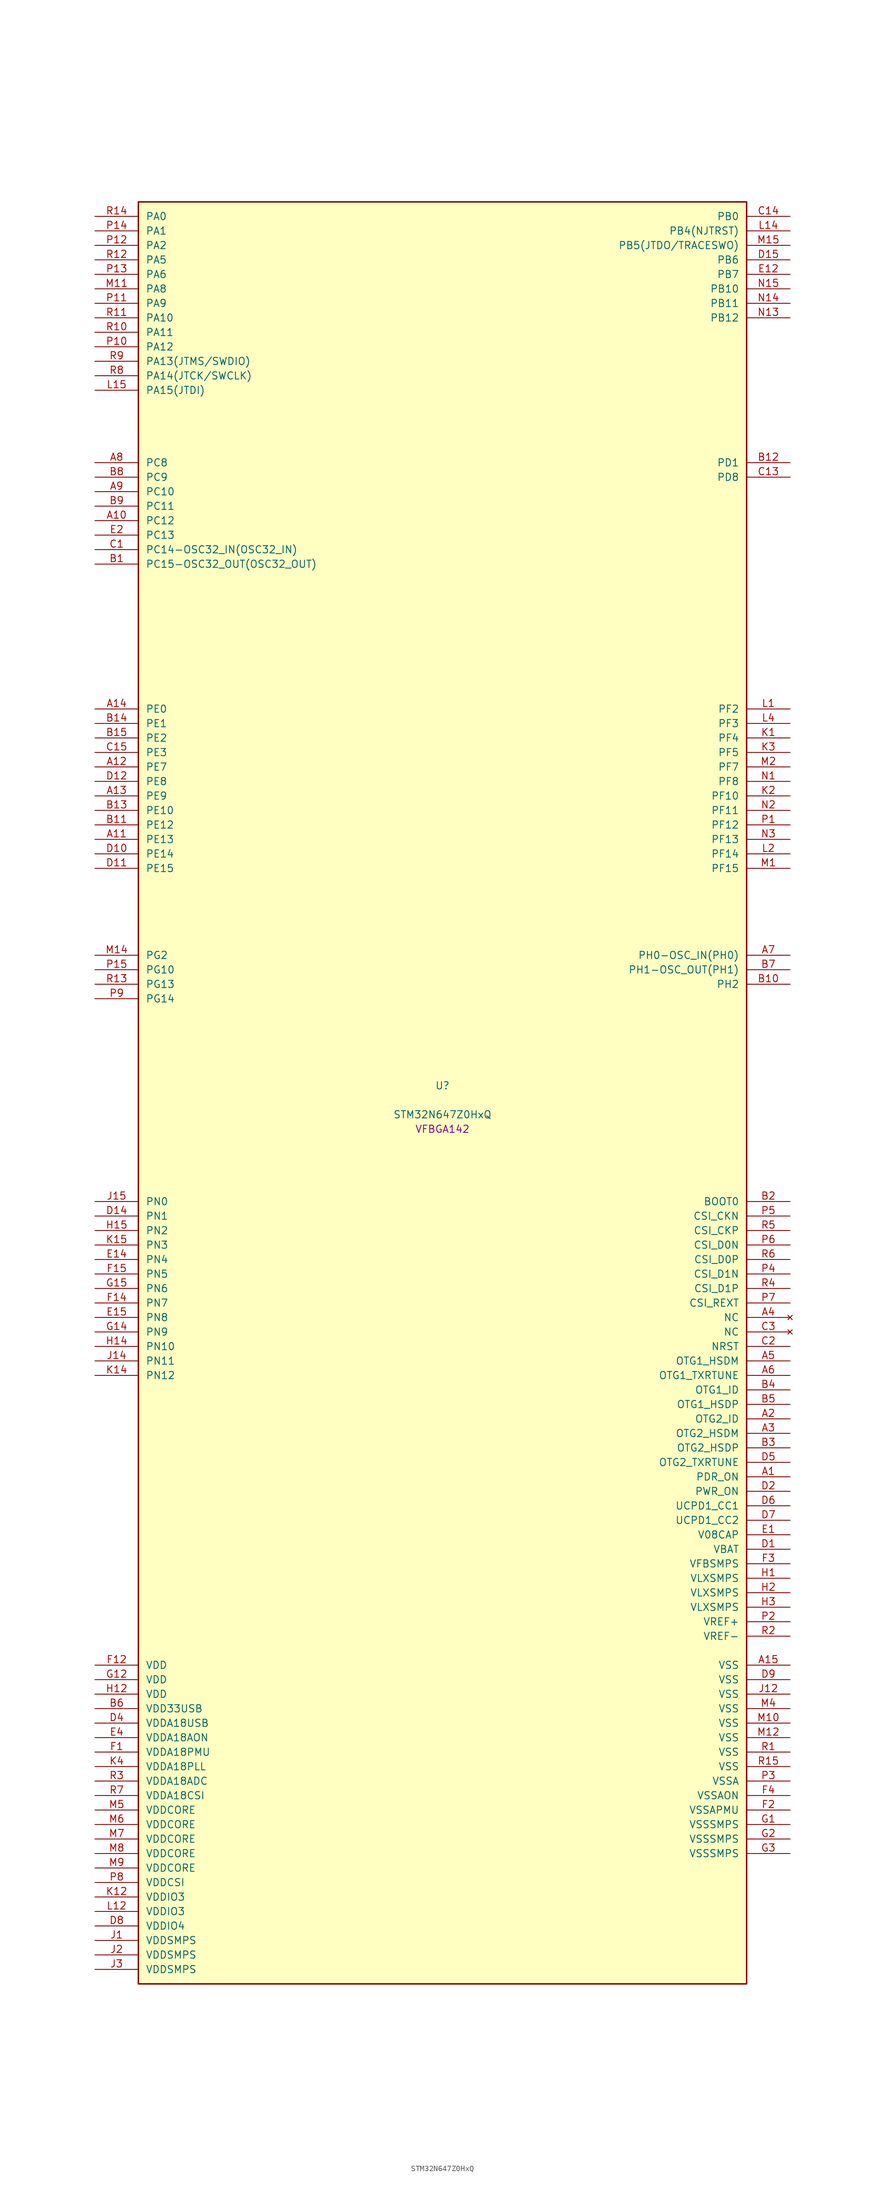
<source format=kicad_sym>
(kicad_symbol_lib
  (version 20241209)
  (generator "stm32_pkl_generator")
  (generator_version "1.0")
  (symbol "STM32N647Z0HxQ"
    (pin_names
      (offset 1.27))
    (property "Reference" "U"
      (at 0 2.54 0))
    (property "Value" "STM32N647Z0HxQ"
      (at 0 -2.54 0))
    (property "Footprint" "VFBGA142"
      (at 0 -5.08 0))
    (symbol "STM32N647Z0HxQ_1_1"
      (rectangle (start -53.34 157.48) (end 53.34 -154.94) (stroke (width 0.254) (type solid)) (fill (type background)))
      (pin bidirectional line (at -60.96 154.94 0) (length 7.62) (name "PA0") (number "R14") (alternate "PA0/ADC1_INN1" bidirectional line) (alternate "PA0/ADC1_INP0" bidirectional line) (alternate "PA0/ADC2_INN1" bidirectional line) (alternate "PA0/ADC2_INP0" bidirectional line) (alternate "PA0/HDP_HDP0" bidirectional line) (alternate "PA0/I2S6_WS" bidirectional line) (alternate "PA0/LTDC_G3" bidirectional line) (alternate "PA0/PWR_WKUP1" bidirectional line) (alternate "PA0/SAI2_SD_B" bidirectional line) (alternate "PA0/SPI6_NSS" bidirectional line) (alternate "PA0/TIM15_BKIN" bidirectional line) (alternate "PA0/TIM2_CH1" bidirectional line) (alternate "PA0/TIM9_CH1" bidirectional line) (alternate "PA0/UART4_TX" bidirectional line))
      (pin bidirectional line (at -60.96 152.4 0) (length 7.62) (name "PA1") (number "P14") (alternate "PA1/ADC1_INP1" bidirectional line) (alternate "PA1/ADC2_INP1" bidirectional line) (alternate "PA1/DCMIPP_D0" bidirectional line) (alternate "PA1/DCMI_D0" bidirectional line) (alternate "PA1/HDP_HDP1" bidirectional line) (alternate "PA1/LTDC_G2" bidirectional line) (alternate "PA1/PSSI_D0" bidirectional line) (alternate "PA1/SAI2_MCLK_B" bidirectional line) (alternate "PA1/TIM15_CH1N" bidirectional line) (alternate "PA1/TIM2_CH2" bidirectional line) (alternate "PA1/UART4_RX" bidirectional line))
      (pin bidirectional line (at -60.96 149.86 0) (length 7.62) (name "PA2") (number "P12") (alternate "PA2/ADC1_INP14" bidirectional line) (alternate "PA2/ADC2_INP14" bidirectional line) (alternate "PA2/HDP_HDP2" bidirectional line) (alternate "PA2/LTDC_B7" bidirectional line) (alternate "PA2/MDIOS_MDIO" bidirectional line) (alternate "PA2/PWR_WKUP2" bidirectional line) (alternate "PA2/SAI2_SCK_B" bidirectional line) (alternate "PA2/TIM15_CH1" bidirectional line) (alternate "PA2/TIM2_CH3" bidirectional line))
      (pin bidirectional line (at -60.96 147.32 0) (length 7.62) (name "PA5") (number "R12") (alternate "PA5/ADC2_INP18" bidirectional line) (alternate "PA5/DCMIPP_D8" bidirectional line) (alternate "PA5/DCMI_D8" bidirectional line) (alternate "PA5/HDP_HDP5" bidirectional line) (alternate "PA5/I2S1_CK" bidirectional line) (alternate "PA5/I2S6_CK" bidirectional line) (alternate "PA5/I3C1_SCL" bidirectional line) (alternate "PA5/LTDC_CLK" bidirectional line) (alternate "PA5/PSSI_D8" bidirectional line) (alternate "PA5/PWR_CSTOP" bidirectional line) (alternate "PA5/SPI1_SCK" bidirectional line) (alternate "PA5/SPI6_SCK" bidirectional line) (alternate "PA5/TIM10_CH1" bidirectional line) (alternate "PA5/TIM2_CH1" bidirectional line) (alternate "PA5/TIM2_ETR" bidirectional line) (alternate "PA5/TIM9_CH2" bidirectional line))
      (pin bidirectional line (at -60.96 144.78 0) (length 7.62) (name "PA6") (number "P13") (alternate "PA6/ADC1_INP3" bidirectional line) (alternate "PA6/ADC2_INP3" bidirectional line) (alternate "PA6/BOOT1" bidirectional line) (alternate "PA6/DCMIPP_PIXCLK" bidirectional line) (alternate "PA6/DCMI_PIXCLK" bidirectional line) (alternate "PA6/HDP_HDP6" bidirectional line) (alternate "PA6/I2S1_SDI" bidirectional line) (alternate "PA6/I2S6_SDI" bidirectional line) (alternate "PA6/I3C1_SDA" bidirectional line) (alternate "PA6/LTDC_B7" bidirectional line) (alternate "PA6/LTDC_HSYNC" bidirectional line) (alternate "PA6/MDIOS_MDC" bidirectional line) (alternate "PA6/PSSI_PDCK" bidirectional line) (alternate "PA6/SPI1_MISO" bidirectional line) (alternate "PA6/SPI6_MISO" bidirectional line) (alternate "PA6/TIM13_CH1" bidirectional line) (alternate "PA6/TIM3_CH1" bidirectional line))
      (pin bidirectional line (at -60.96 142.24 0) (length 7.62) (name "PA8") (number "M11") (alternate "PA8/ADC1_INP5" bidirectional line) (alternate "PA8/ADC2_INP5" bidirectional line) (alternate "PA8/HDP_HDP0" bidirectional line) (alternate "PA8/I2C3_SCL" bidirectional line) (alternate "PA8/I3C2_SCL" bidirectional line) (alternate "PA8/LTDC_B6" bidirectional line) (alternate "PA8/RCC_MCO_1" bidirectional line) (alternate "PA8/TIM11_CH1" bidirectional line) (alternate "PA8/UART7_RX" bidirectional line) (alternate "PA8/USART1_CK" bidirectional line))
      (pin bidirectional line (at -60.96 139.7 0) (length 7.62) (name "PA9") (number "P11") (alternate "PA9/ADC1_INP10" bidirectional line) (alternate "PA9/ADC2_INP10" bidirectional line) (alternate "PA9/DCMIPP_D0" bidirectional line) (alternate "PA9/DCMI_D0" bidirectional line) (alternate "PA9/HDP_HDP1" bidirectional line) (alternate "PA9/I2C3_SDA" bidirectional line) (alternate "PA9/I3C2_SDA" bidirectional line) (alternate "PA9/LPUART1_TX" bidirectional line) (alternate "PA9/LTDC_B5" bidirectional line) (alternate "PA9/PSSI_D0" bidirectional line) (alternate "PA9/USART1_TX" bidirectional line))
      (pin bidirectional line (at -60.96 137.16 0) (length 7.62) (name "PA10") (number "R11") (alternate "PA10/ADC1_INN10" bidirectional line) (alternate "PA10/ADC1_INP11" bidirectional line) (alternate "PA10/ADC2_INN10" bidirectional line) (alternate "PA10/ADC2_INP11" bidirectional line) (alternate "PA10/DCMIPP_D1" bidirectional line) (alternate "PA10/DCMI_D1" bidirectional line) (alternate "PA10/HDP_HDP2" bidirectional line) (alternate "PA10/LPUART1_RX" bidirectional line) (alternate "PA10/LTDC_B4" bidirectional line) (alternate "PA10/MDIOS_MDIO" bidirectional line) (alternate "PA10/PSSI_D1" bidirectional line) (alternate "PA10/PWR_CSLEEP" bidirectional line) (alternate "PA10/USART1_RX" bidirectional line))
      (pin bidirectional line (at -60.96 134.62 0) (length 7.62) (name "PA11") (number "R10") (alternate "PA11/ADC1_EXTI11" bidirectional line) (alternate "PA11/ADC1_INN11" bidirectional line) (alternate "PA11/ADC1_INP12" bidirectional line) (alternate "PA11/ADC2_EXTI11" bidirectional line) (alternate "PA11/ADC2_INN11" bidirectional line) (alternate "PA11/ADC2_INP12" bidirectional line) (alternate "PA11/FDCAN1_RX" bidirectional line) (alternate "PA11/HDP_HDP3" bidirectional line) (alternate "PA11/LPUART1_CTS" bidirectional line) (alternate "PA11/LTDC_B3" bidirectional line) (alternate "PA11/UART4_RX" bidirectional line) (alternate "PA11/USART1_CTS" bidirectional line) (alternate "PA11/USART1_NSS" bidirectional line))
      (pin bidirectional line (at -60.96 132.08 0) (length 7.62) (name "PA12") (number "P10") (alternate "PA12/ADC1_INN12" bidirectional line) (alternate "PA12/ADC1_INP13" bidirectional line) (alternate "PA12/ADC2_INN12" bidirectional line) (alternate "PA12/ADC2_INP13" bidirectional line) (alternate "PA12/FDCAN1_TX" bidirectional line) (alternate "PA12/HDP_HDP4" bidirectional line) (alternate "PA12/LPUART1_RTS" bidirectional line) (alternate "PA12/LTDC_B2" bidirectional line) (alternate "PA12/SAI2_FS_B" bidirectional line) (alternate "PA12/UART4_TX" bidirectional line) (alternate "PA12/USART1_RTS" bidirectional line))
      (pin bidirectional line (at -60.96 129.54 0) (length 7.62) (name "PA13(JTMS/SWDIO)") (number "R9") (alternate "PA13(JTMS/SWDIO)/DEBUG_JTMS-SWDIO" bidirectional line) (alternate "PA13(JTMS/SWDIO)/HDP_HDP5" bidirectional line))
      (pin bidirectional line (at -60.96 127 0) (length 7.62) (name "PA14(JTCK/SWCLK)") (number "R8") (alternate "PA14(JTCK/SWCLK)/DEBUG_JTCK-SWCLK" bidirectional line) (alternate "PA14(JTCK/SWCLK)/HDP_HDP6" bidirectional line))
      (pin bidirectional line (at -60.96 124.46 0) (length 7.62) (name "PA15(JTDI)") (number "L15") (alternate "PA15(JTDI)/ADC1_EXTI15" bidirectional line) (alternate "PA15(JTDI)/ADC2_EXTI15" bidirectional line) (alternate "PA15(JTDI)/DEBUG_JTDI" bidirectional line) (alternate "PA15(JTDI)/HDP_HDP7" bidirectional line) (alternate "PA15(JTDI)/I2S1_WS" bidirectional line) (alternate "PA15(JTDI)/I2S3_WS" bidirectional line) (alternate "PA15(JTDI)/I2S6_WS" bidirectional line) (alternate "PA15(JTDI)/LTDC_R5" bidirectional line) (alternate "PA15(JTDI)/SPI1_NSS" bidirectional line) (alternate "PA15(JTDI)/SPI3_NSS" bidirectional line) (alternate "PA15(JTDI)/SPI6_NSS" bidirectional line) (alternate "PA15(JTDI)/TIM2_CH1" bidirectional line) (alternate "PA15(JTDI)/TIM2_ETR" bidirectional line) (alternate "PA15(JTDI)/UART4_DE" bidirectional line) (alternate "PA15(JTDI)/UART4_RTS" bidirectional line) (alternate "PA15(JTDI)/UART7_TX" bidirectional line))
      (pin bidirectional line (at 60.96 154.94 180) (length 7.62) (name "PB0") (number "C14") (alternate "PB0/ADF1_SDI0" bidirectional line) (alternate "PB0/DCMIPP_D4" bidirectional line) (alternate "PB0/DCMI_D4" bidirectional line) (alternate "PB0/DEBUG_TRACED1" bidirectional line) (alternate "PB0/MDF1_SDI2" bidirectional line) (alternate "PB0/PSSI_D4" bidirectional line) (alternate "PB0/SAI1_D2" bidirectional line) (alternate "PB0/SAI1_FS_A" bidirectional line) (alternate "PB0/SPI4_NSS" bidirectional line) (alternate "PB0/TIM15_CH1N" bidirectional line))
      (pin bidirectional line (at 60.96 152.4 180) (length 7.62) (name "PB4(NJTRST)") (number "L14") (alternate "PB4(NJTRST)/DCMIPP_VSYNC" bidirectional line) (alternate "PB4(NJTRST)/DCMI_VSYNC" bidirectional line) (alternate "PB4(NJTRST)/DEBUG_NJTRST" bidirectional line) (alternate "PB4(NJTRST)/HDP_HDP4" bidirectional line) (alternate "PB4(NJTRST)/I2S1_SDI" bidirectional line) (alternate "PB4(NJTRST)/I2S3_SDI" bidirectional line) (alternate "PB4(NJTRST)/I2S6_SDI" bidirectional line) (alternate "PB4(NJTRST)/LTDC_R3" bidirectional line) (alternate "PB4(NJTRST)/PSSI_RDY" bidirectional line) (alternate "PB4(NJTRST)/SPI1_MISO" bidirectional line) (alternate "PB4(NJTRST)/SPI3_MISO" bidirectional line) (alternate "PB4(NJTRST)/SPI6_MISO" bidirectional line) (alternate "PB4(NJTRST)/TIM3_CH1" bidirectional line) (alternate "PB4(NJTRST)/UART7_TX" bidirectional line))
      (pin bidirectional line (at 60.96 149.86 180) (length 7.62) (name "PB5(JTDO/TRACESWO)") (number "M15") (alternate "PB5(JTDO/TRACESWO)/DCMIPP_D10" bidirectional line) (alternate "PB5(JTDO/TRACESWO)/DCMI_D10" bidirectional line) (alternate "PB5(JTDO/TRACESWO)/DEBUG_JTDO-SWO" bidirectional line) (alternate "PB5(JTDO/TRACESWO)/FDCAN2_RX" bidirectional line) (alternate "PB5(JTDO/TRACESWO)/HDP_HDP5" bidirectional line) (alternate "PB5(JTDO/TRACESWO)/I2S1_SDO" bidirectional line) (alternate "PB5(JTDO/TRACESWO)/I2S3_SDO" bidirectional line) (alternate "PB5(JTDO/TRACESWO)/I2S6_SDO" bidirectional line) (alternate "PB5(JTDO/TRACESWO)/LTDC_R2" bidirectional line) (alternate "PB5(JTDO/TRACESWO)/PSSI_D10" bidirectional line) (alternate "PB5(JTDO/TRACESWO)/SPI1_MOSI" bidirectional line) (alternate "PB5(JTDO/TRACESWO)/SPI3_MOSI" bidirectional line) (alternate "PB5(JTDO/TRACESWO)/SPI6_MOSI" bidirectional line) (alternate "PB5(JTDO/TRACESWO)/TIM3_CH2" bidirectional line) (alternate "PB5(JTDO/TRACESWO)/UART5_RX" bidirectional line))
      (pin bidirectional line (at 60.96 147.32 180) (length 7.62) (name "PB6") (number "D15") (alternate "PB6/ADF1_CCK1" bidirectional line) (alternate "PB6/DCMIPP_D6" bidirectional line) (alternate "PB6/DCMI_D6" bidirectional line) (alternate "PB6/DEBUG_TRACED2" bidirectional line) (alternate "PB6/MDF1_CCK1" bidirectional line) (alternate "PB6/PSSI_D6" bidirectional line) (alternate "PB6/SAI1_CK2" bidirectional line) (alternate "PB6/SAI1_SCK_A" bidirectional line) (alternate "PB6/SPI4_MISO" bidirectional line) (alternate "PB6/TIM15_CH1" bidirectional line))
      (pin bidirectional line (at 60.96 144.78 180) (length 7.62) (name "PB7") (number "E12") (alternate "PB7/ADF1_SDI0" bidirectional line) (alternate "PB7/DCMIPP_D7" bidirectional line) (alternate "PB7/DCMI_D7" bidirectional line) (alternate "PB7/DEBUG_TRACED3" bidirectional line) (alternate "PB7/MDF1_SDI1" bidirectional line) (alternate "PB7/PSSI_D7" bidirectional line) (alternate "PB7/SAI1_D1" bidirectional line) (alternate "PB7/SAI1_SD_A" bidirectional line) (alternate "PB7/SAI2_MCLK_B" bidirectional line) (alternate "PB7/SPI4_MOSI" bidirectional line) (alternate "PB7/TIM15_CH2" bidirectional line))
      (pin bidirectional line (at 60.96 142.24 180) (length 7.62) (name "PB10") (number "N15") (alternate "PB10/ADC1_INN4" bidirectional line) (alternate "PB10/ADC1_INP8" bidirectional line) (alternate "PB10/ADC2_INN4" bidirectional line) (alternate "PB10/ADC2_INP8" bidirectional line) (alternate "PB10/HDP_HDP2" bidirectional line) (alternate "PB10/I2C2_SCL" bidirectional line) (alternate "PB10/I3C2_SCL" bidirectional line) (alternate "PB10/LPTIM2_IN1" bidirectional line) (alternate "PB10/LTDC_G7" bidirectional line) (alternate "PB10/TIM2_CH3" bidirectional line) (alternate "PB10/USART3_TX" bidirectional line))
      (pin bidirectional line (at 60.96 139.7 180) (length 7.62) (name "PB11") (number "N14") (alternate "PB11/ADC1_EXTI11" bidirectional line) (alternate "PB11/ADC1_INP4" bidirectional line) (alternate "PB11/ADC2_EXTI11" bidirectional line) (alternate "PB11/ADC2_INP4" bidirectional line) (alternate "PB11/HDP_HDP3" bidirectional line) (alternate "PB11/I2C2_SDA" bidirectional line) (alternate "PB11/I3C2_SDA" bidirectional line) (alternate "PB11/LPTIM2_ETR" bidirectional line) (alternate "PB11/LTDC_G6" bidirectional line) (alternate "PB11/TIM2_CH4" bidirectional line) (alternate "PB11/USART3_RX" bidirectional line))
      (pin bidirectional line (at 60.96 137.16 180) (length 7.62) (name "PB12") (number "N13") (alternate "PB12/FDCAN2_RX" bidirectional line) (alternate "PB12/HDP_HDP4" bidirectional line) (alternate "PB12/I2C2_SMBA" bidirectional line) (alternate "PB12/LPTIM2_IN2" bidirectional line) (alternate "PB12/LTDC_G5" bidirectional line) (alternate "PB12/UART5_RX" bidirectional line) (alternate "PB12/USART3_CK" bidirectional line))
      (pin bidirectional line (at -60.96 111.76 0) (length 7.62) (name "PC8") (number "A8") (alternate "PC8/DCMIPP_D2" bidirectional line) (alternate "PC8/DCMI_D2" bidirectional line) (alternate "PC8/DEBUG_TRACED1" bidirectional line) (alternate "PC8/HDP_HDP0" bidirectional line) (alternate "PC8/I2C3_SMBA" bidirectional line) (alternate "PC8/LTDC_B0" bidirectional line) (alternate "PC8/PSSI_D2" bidirectional line) (alternate "PC8/TIM3_CH3" bidirectional line) (alternate "PC8/UART5_DE" bidirectional line) (alternate "PC8/UART5_RTS" bidirectional line) (alternate "PC8/UCPD1_FRSTX1" bidirectional line))
      (pin bidirectional line (at -60.96 109.22 0) (length 7.62) (name "PC9") (number "B8") (alternate "PC9/AUDIOCLK" bidirectional line) (alternate "PC9/DCMIPP_D3" bidirectional line) (alternate "PC9/DCMI_D3" bidirectional line) (alternate "PC9/HDP_HDP1" bidirectional line) (alternate "PC9/I2C3_SDA" bidirectional line) (alternate "PC9/LTDC_B3" bidirectional line) (alternate "PC9/PSSI_D3" bidirectional line) (alternate "PC9/RCC_MCO_2" bidirectional line) (alternate "PC9/TIM3_CH4" bidirectional line) (alternate "PC9/UART5_CTS" bidirectional line) (alternate "PC9/UCPD1_FRSTX2" bidirectional line))
      (pin bidirectional line (at -60.96 106.68 0) (length 7.62) (name "PC10") (number "A9") (alternate "PC10/DCMIPP_D14" bidirectional line) (alternate "PC10/HDP_HDP2" bidirectional line) (alternate "PC10/I2C4_SCL" bidirectional line) (alternate "PC10/I2S3_CK" bidirectional line) (alternate "PC10/I3C2_SCL" bidirectional line) (alternate "PC10/PSSI_D14" bidirectional line) (alternate "PC10/SPI3_SCK" bidirectional line) (alternate "PC10/UART4_TX" bidirectional line) (alternate "PC10/USART3_TX" bidirectional line))
      (pin bidirectional line (at -60.96 104.14 0) (length 7.62) (name "PC11") (number "B9") (alternate "PC11/ADC1_EXTI11" bidirectional line) (alternate "PC11/ADC2_EXTI11" bidirectional line) (alternate "PC11/DCMIPP_D4" bidirectional line) (alternate "PC11/DCMI_D4" bidirectional line) (alternate "PC11/HDP_HDP3" bidirectional line) (alternate "PC11/I2C4_SDA" bidirectional line) (alternate "PC11/I2S3_SDI" bidirectional line) (alternate "PC11/I3C2_SDA" bidirectional line) (alternate "PC11/PSSI_D4" bidirectional line) (alternate "PC11/SPI3_MISO" bidirectional line) (alternate "PC11/UART4_RX" bidirectional line) (alternate "PC11/USART3_RX" bidirectional line))
      (pin bidirectional line (at -60.96 101.6 0) (length 7.62) (name "PC12") (number "A10") (alternate "PC12/DCMIPP_D9" bidirectional line) (alternate "PC12/DCMI_D9" bidirectional line) (alternate "PC12/DEBUG_TRACED3" bidirectional line) (alternate "PC12/HDP_HDP4" bidirectional line) (alternate "PC12/I2S3_SDO" bidirectional line) (alternate "PC12/I2S6_CK" bidirectional line) (alternate "PC12/PSSI_D9" bidirectional line) (alternate "PC12/SPI3_MOSI" bidirectional line) (alternate "PC12/SPI6_SCK" bidirectional line) (alternate "PC12/TIM15_CH1" bidirectional line) (alternate "PC12/UART5_TX" bidirectional line) (alternate "PC12/USART3_CK" bidirectional line))
      (pin bidirectional line (at -60.96 99.06 0) (length 7.62) (name "PC13") (number "E2") (alternate "PC13/HDP_HDP5" bidirectional line) (alternate "PC13/PWR_WKUP3" bidirectional line) (alternate "PC13/RTC_OUT1" bidirectional line) (alternate "PC13/RTC_TS" bidirectional line) (alternate "PC13/TAMP_IN1" bidirectional line) (alternate "PC13/TAMP_OUT2" bidirectional line))
      (pin bidirectional line (at -60.96 96.52 0) (length 7.62) (name "PC14-OSC32_IN(OSC32_IN)") (number "C1") (alternate "PC14-OSC32_IN(OSC32_IN)/RCC_OSC32_IN" bidirectional line))
      (pin bidirectional line (at -60.96 93.98 0) (length 7.62) (name "PC15-OSC32_OUT(OSC32_OUT)") (number "B1") (alternate "PC15-OSC32_OUT(OSC32_OUT)/ADC1_EXTI15" bidirectional line) (alternate "PC15-OSC32_OUT(OSC32_OUT)/ADC2_EXTI15" bidirectional line) (alternate "PC15-OSC32_OUT(OSC32_OUT)/RCC_OSC32_OUT" bidirectional line))
      (pin bidirectional line (at 60.96 111.76 180) (length 7.62) (name "PD1") (number "B12") (alternate "PD1/FDCAN1_TX" bidirectional line) (alternate "PD1/UART4_TX" bidirectional line))
      (pin bidirectional line (at 60.96 109.22 180) (length 7.62) (name "PD8") (number "C13") (alternate "PD8/DCMIPP_D11" bidirectional line) (alternate "PD8/DCMI_D11" bidirectional line) (alternate "PD8/LTDC_R7" bidirectional line) (alternate "PD8/PSSI_D11" bidirectional line) (alternate "PD8/TAMP_IN3" bidirectional line) (alternate "PD8/TAMP_OUT4" bidirectional line) (alternate "PD8/USART3_TX" bidirectional line))
      (pin bidirectional line (at -60.96 68.58 0) (length 7.62) (name "PE0") (number "A14") (alternate "PE0/DCMIPP_D2" bidirectional line) (alternate "PE0/DCMI_D2" bidirectional line) (alternate "PE0/LPTIM2_ETR" bidirectional line) (alternate "PE0/PSSI_D2" bidirectional line) (alternate "PE0/SAI2_MCLK_A" bidirectional line) (alternate "PE0/TAMP_IN6" bidirectional line) (alternate "PE0/TAMP_OUT5" bidirectional line) (alternate "PE0/USART3_RX" bidirectional line))
      (pin bidirectional line (at -60.96 66.04 0) (length 7.62) (name "PE1") (number "B14") (alternate "PE1/DCMIPP_D8" bidirectional line) (alternate "PE1/DCMI_D8" bidirectional line) (alternate "PE1/LPTIM2_CH2" bidirectional line) (alternate "PE1/PSSI_D8" bidirectional line) (alternate "PE1/USART3_TX" bidirectional line))
      (pin bidirectional line (at -60.96 63.5 0) (length 7.62) (name "PE2") (number "B15") (alternate "PE2/ADF1_CCK0" bidirectional line) (alternate "PE2/DEBUG_TRACECLK" bidirectional line) (alternate "PE2/MDF1_CCK0" bidirectional line) (alternate "PE2/SAI1_CK1" bidirectional line) (alternate "PE2/SAI1_MCLK_A" bidirectional line) (alternate "PE2/SPI4_SCK" bidirectional line) (alternate "PE2/UCPD1_FRSTX1" bidirectional line))
      (pin bidirectional line (at -60.96 60.96 0) (length 7.62) (name "PE3") (number "C15") (alternate "PE3/DEBUG_TRACED0" bidirectional line) (alternate "PE3/MDF1_CKI2" bidirectional line) (alternate "PE3/SAI1_SD_B" bidirectional line) (alternate "PE3/TIM15_BKIN" bidirectional line))
      (pin bidirectional line (at -60.96 58.42 0) (length 7.62) (name "PE7") (number "A12") (alternate "PE7/MDF1_CKI0" bidirectional line) (alternate "PE7/SAI2_SD_B" bidirectional line) (alternate "PE7/UART7_RX" bidirectional line))
      (pin bidirectional line (at -60.96 55.88 0) (length 7.62) (name "PE8") (number "D12") (alternate "PE8/DCMIPP_D4" bidirectional line) (alternate "PE8/DCMI_D4" bidirectional line) (alternate "PE8/MDF1_SDI0" bidirectional line) (alternate "PE8/PSSI_D4" bidirectional line) (alternate "PE8/UART7_TX" bidirectional line) (alternate "PE8/USART3_TX" bidirectional line))
      (pin bidirectional line (at -60.96 53.34 0) (length 7.62) (name "PE9") (number "A13") (alternate "PE9/MDF1_CKI4" bidirectional line) (alternate "PE9/UART7_RTS" bidirectional line))
      (pin bidirectional line (at -60.96 50.8 0) (length 7.62) (name "PE10") (number "B13") (alternate "PE10/DCMIPP_D3" bidirectional line) (alternate "PE10/DCMI_D3" bidirectional line) (alternate "PE10/DEBUG_TRACECLK" bidirectional line) (alternate "PE10/MDF1_SDI4" bidirectional line) (alternate "PE10/PSSI_D3" bidirectional line) (alternate "PE10/UART7_CTS" bidirectional line) (alternate "PE10/USART3_RX" bidirectional line))
      (pin bidirectional line (at -60.96 48.26 0) (length 7.62) (name "PE12") (number "B11") (alternate "PE12/FDCAN3_RX" bidirectional line) (alternate "PE12/MDF1_SDI5" bidirectional line) (alternate "PE12/SAI2_SCK_B" bidirectional line) (alternate "PE12/SPI4_SCK" bidirectional line))
      (pin bidirectional line (at -60.96 45.72 0) (length 7.62) (name "PE13") (number "A11") (alternate "PE13/ADF1_CCK0" bidirectional line) (alternate "PE13/I2C4_SCL" bidirectional line) (alternate "PE13/SAI2_FS_B" bidirectional line) (alternate "PE13/SPI4_MISO" bidirectional line))
      (pin bidirectional line (at -60.96 43.18 0) (length 7.62) (name "PE14") (number "D10") (alternate "PE14/ADF1_CCK1" bidirectional line) (alternate "PE14/GFXTIM_FCKCAL" bidirectional line) (alternate "PE14/GFXTIM_LCKCAL" bidirectional line) (alternate "PE14/I2C4_SDA" bidirectional line) (alternate "PE14/SAI2_MCLK_B" bidirectional line) (alternate "PE14/SPI4_MOSI" bidirectional line))
      (pin bidirectional line (at -60.96 40.64 0) (length 7.62) (name "PE15") (number "D11") (alternate "PE15/ADC1_EXTI15" bidirectional line) (alternate "PE15/ADC2_EXTI15" bidirectional line) (alternate "PE15/GFXTIM_FCKCAL" bidirectional line) (alternate "PE15/GFXTIM_LCKCAL" bidirectional line) (alternate "PE15/I2C4_SMBA" bidirectional line) (alternate "PE15/SPI5_SCK" bidirectional line))
      (pin bidirectional line (at 60.96 68.58 180) (length 7.62) (name "PF2") (number "L1") (alternate "PF2/FDCAN3_TX" bidirectional line) (alternate "PF2/LTDC_B1" bidirectional line))
      (pin bidirectional line (at 60.96 66.04 180) (length 7.62) (name "PF3") (number "L4") (alternate "PF3/ADC1_INP16" bidirectional line) (alternate "PF3/DCMIPP_HSYNC" bidirectional line) (alternate "PF3/DCMI_HSYNC" bidirectional line) (alternate "PF3/FDCAN3_RX" bidirectional line) (alternate "PF3/LTDC_R4" bidirectional line) (alternate "PF3/PSSI_DE" bidirectional line))
      (pin bidirectional line (at 60.96 63.5 180) (length 7.62) (name "PF4") (number "K1") (alternate "PF4/ADC1_INP18" bidirectional line) (alternate "PF4/DCMIPP_HSYNC" bidirectional line) (alternate "PF4/DCMI_HSYNC" bidirectional line) (alternate "PF4/HDP_HDP4" bidirectional line) (alternate "PF4/I2S1_WS" bidirectional line) (alternate "PF4/I2S3_WS" bidirectional line) (alternate "PF4/I2S6_WS" bidirectional line) (alternate "PF4/LTDC_R3" bidirectional line) (alternate "PF4/PSSI_DE" bidirectional line) (alternate "PF4/SPI1_NSS" bidirectional line) (alternate "PF4/SPI3_NSS" bidirectional line) (alternate "PF4/SPI6_NSS" bidirectional line))
      (pin bidirectional line (at 60.96 60.96 180) (length 7.62) (name "PF5") (number "K3") (alternate "PF5/DCMIPP_D6" bidirectional line) (alternate "PF5/DCMI_D6" bidirectional line) (alternate "PF5/LPTIM2_IN2" bidirectional line) (alternate "PF5/LTDC_G0" bidirectional line) (alternate "PF5/PSSI_D6" bidirectional line) (alternate "PF5/SAI2_SD_A" bidirectional line) (alternate "PF5/USART3_CTS" bidirectional line) (alternate "PF5/USART3_NSS" bidirectional line))
      (pin bidirectional line (at 60.96 58.42 180) (length 7.62) (name "PF7") (number "M2") (alternate "PF7/ADC1_INN5" bidirectional line) (alternate "PF7/ADC1_INP9" bidirectional line) (alternate "PF7/ADC2_INN5" bidirectional line) (alternate "PF7/ADC2_INP9" bidirectional line) (alternate "PF7/GFXTIM_TE" bidirectional line) (alternate "PF7/HDP_HDP0" bidirectional line) (alternate "PF7/I2S1_CK" bidirectional line) (alternate "PF7/LTDC_VSYNC" bidirectional line) (alternate "PF7/SPI1_SCK" bidirectional line) (alternate "PF7/TIM3_CH3" bidirectional line) (alternate "PF7/TIM9_CH1" bidirectional line) (alternate "PF7/UART4_CTS" bidirectional line))
      (pin bidirectional line (at 60.96 55.88 180) (length 7.62) (name "PF8") (number "N1") (alternate "PF8/DEBUG_TRACECLK" bidirectional line) (alternate "PF8/LTDC_R6" bidirectional line))
      (pin bidirectional line (at 60.96 53.34 180) (length 7.62) (name "PF10") (number "K2") (alternate "PF10/DCMIPP_D11" bidirectional line) (alternate "PF10/DCMIPP_D15" bidirectional line) (alternate "PF10/DCMI_D11" bidirectional line) (alternate "PF10/LTDC_R1" bidirectional line) (alternate "PF10/MDF1_SDI3" bidirectional line) (alternate "PF10/PSSI_D11" bidirectional line) (alternate "PF10/PSSI_D15" bidirectional line) (alternate "PF10/SAI1_D3" bidirectional line) (alternate "PF10/UART7_RX" bidirectional line) (alternate "PF10/UCPD1_FRSTX1" bidirectional line))
      (pin bidirectional line (at 60.96 50.8 180) (length 7.62) (name "PF11") (number "N2") (alternate "PF11/ADC1_EXTI11" bidirectional line) (alternate "PF11/ADC1_INP2" bidirectional line) (alternate "PF11/ADC2_EXTI11" bidirectional line) (alternate "PF11/DCMIPP_D15" bidirectional line) (alternate "PF11/LTDC_B0" bidirectional line) (alternate "PF11/PSSI_D15" bidirectional line) (alternate "PF11/SAI2_SD_B" bidirectional line) (alternate "PF11/SPI5_MOSI" bidirectional line))
      (pin bidirectional line (at 60.96 48.26 180) (length 7.62) (name "PF12") (number "P1") (alternate "PF12/ADC1_INN2" bidirectional line) (alternate "PF12/ADC1_INP6" bidirectional line) (alternate "PF12/DCMIPP_D13" bidirectional line) (alternate "PF12/DCMI_D13" bidirectional line) (alternate "PF12/PSSI_D13" bidirectional line) (alternate "PF12/SPI5_MISO" bidirectional line) (alternate "PF12/USART1_RX" bidirectional line))
      (pin bidirectional line (at 60.96 45.72 180) (length 7.62) (name "PF13") (number "N3") (alternate "PF13/ADC2_INP2" bidirectional line) (alternate "PF13/DCMIPP_D10" bidirectional line) (alternate "PF13/DCMI_D10" bidirectional line) (alternate "PF13/PSSI_D10" bidirectional line) (alternate "PF13/SPI5_NSS" bidirectional line) (alternate "PF13/USART1_TX" bidirectional line))
      (pin bidirectional line (at 60.96 43.18 180) (length 7.62) (name "PF14") (number "L2") (alternate "PF14/ADC2_INN2" bidirectional line) (alternate "PF14/ADC2_INP6" bidirectional line) (alternate "PF14/LTDC_G0" bidirectional line) (alternate "PF14/SPI5_MOSI" bidirectional line) (alternate "PF14/TIM2_CH2" bidirectional line) (alternate "PF14/USART1_CTS" bidirectional line))
      (pin bidirectional line (at 60.96 40.64 180) (length 7.62) (name "PF15") (number "M1") (alternate "PF15/ADC1_EXTI15" bidirectional line) (alternate "PF15/ADC2_EXTI15" bidirectional line) (alternate "PF15/LTDC_G1" bidirectional line) (alternate "PF15/SPI5_SCK" bidirectional line) (alternate "PF15/USART1_RTS" bidirectional line))
      (pin bidirectional line (at -60.96 25.4 0) (length 7.62) (name "PG2") (number "M14") (alternate "PG2/DCMIPP_D6" bidirectional line) (alternate "PG2/DCMI_D6" bidirectional line) (alternate "PG2/LTDC_R0" bidirectional line) (alternate "PG2/PSSI_D6" bidirectional line) (alternate "PG2/SAI1_FS_B" bidirectional line) (alternate "PG2/SAI2_MCLK_B" bidirectional line) (alternate "PG2/SPI5_MOSI" bidirectional line) (alternate "PG2/TIM14_CH1" bidirectional line) (alternate "PG2/UART7_CTS" bidirectional line) (alternate "PG2/USART3_RTS" bidirectional line))
      (pin bidirectional line (at -60.96 22.86 0) (length 7.62) (name "PG10") (number "P15") (alternate "PG10/DCMIPP_D2" bidirectional line) (alternate "PG10/DCMI_D2" bidirectional line) (alternate "PG10/FDCAN2_TX" bidirectional line) (alternate "PG10/HDP_HDP5" bidirectional line) (alternate "PG10/LPTIM2_CH1" bidirectional line) (alternate "PG10/LTDC_G4" bidirectional line) (alternate "PG10/PSSI_D2" bidirectional line) (alternate "PG10/UART5_TX" bidirectional line) (alternate "PG10/USART3_CTS" bidirectional line) (alternate "PG10/USART3_NSS" bidirectional line))
      (pin bidirectional line (at -60.96 20.32 0) (length 7.62) (name "PG13") (number "R13") (alternate "PG13/DCMIPP_D12" bidirectional line) (alternate "PG13/DCMI_D12" bidirectional line) (alternate "PG13/LPTIM2_IN1" bidirectional line) (alternate "PG13/LTDC_DE" bidirectional line) (alternate "PG13/PSSI_D12" bidirectional line) (alternate "PG13/SAI2_FS_A" bidirectional line) (alternate "PG13/USART3_RTS" bidirectional line))
      (pin bidirectional line (at -60.96 17.78 0) (length 7.62) (name "PG14") (number "P9") (alternate "PG14/DCMIPP_D11" bidirectional line) (alternate "PG14/DCMI_D11" bidirectional line) (alternate "PG14/DEBUG_TRACED1" bidirectional line) (alternate "PG14/I2S6_SDO" bidirectional line) (alternate "PG14/LTDC_B1" bidirectional line) (alternate "PG14/PSSI_D11" bidirectional line) (alternate "PG14/SPI6_MOSI" bidirectional line))
      (pin bidirectional line (at 60.96 25.4 180) (length 7.62) (name "PH0-OSC_IN(PH0)") (number "A7") (alternate "PH0-OSC_IN(PH0)/RCC_OSC_IN" bidirectional line))
      (pin bidirectional line (at 60.96 22.86 180) (length 7.62) (name "PH1-OSC_OUT(PH1)") (number "B7") (alternate "PH1-OSC_OUT(PH1)/RCC_OSC_OUT" bidirectional line))
      (pin bidirectional line (at 60.96 20.32 180) (length 7.62) (name "PH2") (number "B10") (alternate "PH2/DCMIPP_D11" bidirectional line) (alternate "PH2/DCMI_D11" bidirectional line) (alternate "PH2/DEBUG_TRACED2" bidirectional line) (alternate "PH2/FDCAN1_TX" bidirectional line) (alternate "PH2/PSSI_D11" bidirectional line) (alternate "PH2/TIM15_BKIN" bidirectional line) (alternate "PH2/TIM3_ETR" bidirectional line) (alternate "PH2/UART5_RX" bidirectional line))
      (pin bidirectional line (at -60.96 -17.78 0) (length 7.62) (name "PN0") (number "J15") (alternate "PN0/XSPIM_P2_DQS0" bidirectional line))
      (pin bidirectional line (at -60.96 -20.32 0) (length 7.62) (name "PN1") (number "D14") (alternate "PN1/XSPIM_P2_NCS1" bidirectional line))
      (pin bidirectional line (at -60.96 -22.86 0) (length 7.62) (name "PN2") (number "H15") (alternate "PN2/XSPIM_P2_IO0" bidirectional line))
      (pin bidirectional line (at -60.96 -25.4 0) (length 7.62) (name "PN3") (number "K15") (alternate "PN3/XSPIM_P2_IO1" bidirectional line))
      (pin bidirectional line (at -60.96 -27.94 0) (length 7.62) (name "PN4") (number "E14") (alternate "PN4/XSPIM_P2_IO2" bidirectional line))
      (pin bidirectional line (at -60.96 -30.48 0) (length 7.62) (name "PN5") (number "F15") (alternate "PN5/XSPIM_P2_IO3" bidirectional line))
      (pin bidirectional line (at -60.96 -33.02 0) (length 7.62) (name "PN6") (number "G15") (alternate "PN6/XSPIM_P2_CLK" bidirectional line))
      (pin bidirectional line (at -60.96 -35.56 0) (length 7.62) (name "PN7") (number "F14") (alternate "PN7/XSPIM_P2_NCLK" bidirectional line))
      (pin bidirectional line (at -60.96 -38.1 0) (length 7.62) (name "PN8") (number "E15") (alternate "PN8/XSPIM_P2_IO4" bidirectional line))
      (pin bidirectional line (at -60.96 -40.64 0) (length 7.62) (name "PN9") (number "G14") (alternate "PN9/DCMIPP_D5" bidirectional line) (alternate "PN9/DCMI_D5" bidirectional line) (alternate "PN9/PSSI_D5" bidirectional line) (alternate "PN9/XSPIM_P2_IO5" bidirectional line))
      (pin bidirectional line (at -60.96 -43.18 0) (length 7.62) (name "PN10") (number "H14") (alternate "PN10/LTDC_B4" bidirectional line) (alternate "PN10/XSPIM_P2_IO6" bidirectional line))
      (pin bidirectional line (at -60.96 -45.72 0) (length 7.62) (name "PN11") (number "J14") (alternate "PN11/ADC1_EXTI11" bidirectional line) (alternate "PN11/ADC2_EXTI11" bidirectional line) (alternate "PN11/LTDC_B6" bidirectional line) (alternate "PN11/XSPIM_P2_IO7" bidirectional line))
      (pin bidirectional line (at -60.96 -48.26 0) (length 7.62) (name "PN12") (number "K14") (alternate "PN12/XSPIM_P2_NCS2" bidirectional line))
      (pin input line (at 60.96 -17.78 180) (length 7.62) (name "BOOT0") (number "B2"))
      (pin bidirectional line (at 60.96 -20.32 180) (length 7.62) (name "CSI_CKN") (number "P5") (alternate "CSI_CKN/CSI_CKN" bidirectional line))
      (pin bidirectional line (at 60.96 -22.86 180) (length 7.62) (name "CSI_CKP") (number "R5") (alternate "CSI_CKP/CSI_CKP" bidirectional line))
      (pin bidirectional line (at 60.96 -25.4 180) (length 7.62) (name "CSI_D0N") (number "P6") (alternate "CSI_D0N/CSI_D0N" bidirectional line))
      (pin bidirectional line (at 60.96 -27.94 180) (length 7.62) (name "CSI_D0P") (number "R6") (alternate "CSI_D0P/CSI_D0P" bidirectional line))
      (pin bidirectional line (at 60.96 -30.48 180) (length 7.62) (name "CSI_D1N") (number "P4") (alternate "CSI_D1N/CSI_D1N" bidirectional line))
      (pin bidirectional line (at 60.96 -33.02 180) (length 7.62) (name "CSI_D1P") (number "R4") (alternate "CSI_D1P/CSI_D1P" bidirectional line))
      (pin bidirectional line (at 60.96 -35.56 180) (length 7.62) (name "CSI_REXT") (number "P7") (alternate "CSI_REXT/CSI_REXT" bidirectional line))
      (pin no_connect line (at 60.96 -38.1 180) (length 7.62) (name "NC") (number "A4"))
      (pin no_connect line (at 60.96 -40.64 180) (length 7.62) (name "NC") (number "C3"))
      (pin input line (at 60.96 -43.18 180) (length 7.62) (name "NRST") (number "C2"))
      (pin bidirectional line (at 60.96 -45.72 180) (length 7.62) (name "OTG1_HSDM") (number "A5") (alternate "OTG1_HSDM/USB1_OTG_HS_DM" bidirectional line))
      (pin bidirectional line (at 60.96 -48.26 180) (length 7.62) (name "OTG1_TXRTUNE") (number "A6"))
      (pin bidirectional line (at 60.96 -50.8 180) (length 7.62) (name "OTG1_ID") (number "B4") (alternate "OTG1_ID/USB1_OTG_HS_ID" bidirectional line))
      (pin bidirectional line (at 60.96 -53.34 180) (length 7.62) (name "OTG1_HSDP") (number "B5") (alternate "OTG1_HSDP/USB1_OTG_HS_DP" bidirectional line))
      (pin bidirectional line (at 60.96 -55.88 180) (length 7.62) (name "OTG2_ID") (number "A2") (alternate "OTG2_ID/USB2_OTG_HS_ID" bidirectional line))
      (pin bidirectional line (at 60.96 -58.42 180) (length 7.62) (name "OTG2_HSDM") (number "A3") (alternate "OTG2_HSDM/USB2_OTG_HS_DM" bidirectional line))
      (pin bidirectional line (at 60.96 -60.96 180) (length 7.62) (name "OTG2_HSDP") (number "B3") (alternate "OTG2_HSDP/USB2_OTG_HS_DP" bidirectional line))
      (pin bidirectional line (at 60.96 -63.5 180) (length 7.62) (name "OTG2_TXRTUNE") (number "D5"))
      (pin bidirectional line (at 60.96 -66.04 180) (length 7.62) (name "PDR_ON") (number "A1"))
      (pin bidirectional line (at 60.96 -68.58 180) (length 7.62) (name "PWR_ON") (number "D2"))
      (pin bidirectional line (at 60.96 -71.12 180) (length 7.62) (name "UCPD1_CC1") (number "D6") (alternate "UCPD1_CC1/UCPD1_CC1" bidirectional line))
      (pin bidirectional line (at 60.96 -73.66 180) (length 7.62) (name "UCPD1_CC2") (number "D7") (alternate "UCPD1_CC2/UCPD1_CC2" bidirectional line))
      (pin power_in line (at 60.96 -76.2 180) (length 7.62) (name "V08CAP") (number "E1"))
      (pin power_in line (at 60.96 -78.74 180) (length 7.62) (name "VBAT") (number "D1"))
      (pin power_in line (at 60.96 -81.28 180) (length 7.62) (name "VFBSMPS") (number "F3"))
      (pin power_in line (at 60.96 -83.82 180) (length 7.62) (name "VLXSMPS") (number "H1"))
      (pin power_in line (at 60.96 -86.36 180) (length 7.62) (name "VLXSMPS") (number "H2"))
      (pin power_in line (at 60.96 -88.9 180) (length 7.62) (name "VLXSMPS") (number "H3"))
      (pin bidirectional line (at 60.96 -91.44 180) (length 7.62) (name "VREF+") (number "P2"))
      (pin power_in line (at 60.96 -93.98 180) (length 7.62) (name "VREF-") (number "R2"))
      (pin power_in line (at -60.96 -99.06 0) (length 7.62) (name "VDD") (number "F12"))
      (pin power_in line (at -60.96 -101.6 0) (length 7.62) (name "VDD") (number "G12"))
      (pin power_in line (at -60.96 -104.14 0) (length 7.62) (name "VDD") (number "H12"))
      (pin power_in line (at -60.96 -106.68 0) (length 7.62) (name "VDD33USB") (number "B6"))
      (pin power_in line (at -60.96 -109.22 0) (length 7.62) (name "VDDA18USB") (number "D4"))
      (pin power_in line (at -60.96 -111.76 0) (length 7.62) (name "VDDA18AON") (number "E4"))
      (pin power_in line (at -60.96 -114.3 0) (length 7.62) (name "VDDA18PMU") (number "F1"))
      (pin power_in line (at -60.96 -116.84 0) (length 7.62) (name "VDDA18PLL") (number "K4"))
      (pin power_in line (at -60.96 -119.38 0) (length 7.62) (name "VDDA18ADC") (number "R3"))
      (pin power_in line (at -60.96 -121.92 0) (length 7.62) (name "VDDA18CSI") (number "R7"))
      (pin power_in line (at -60.96 -124.46 0) (length 7.62) (name "VDDCORE") (number "M5"))
      (pin power_in line (at -60.96 -127 0) (length 7.62) (name "VDDCORE") (number "M6"))
      (pin power_in line (at -60.96 -129.54 0) (length 7.62) (name "VDDCORE") (number "M7"))
      (pin power_in line (at -60.96 -132.08 0) (length 7.62) (name "VDDCORE") (number "M8"))
      (pin power_in line (at -60.96 -134.62 0) (length 7.62) (name "VDDCORE") (number "M9"))
      (pin power_in line (at -60.96 -137.16 0) (length 7.62) (name "VDDCSI") (number "P8"))
      (pin power_in line (at -60.96 -139.7 0) (length 7.62) (name "VDDIO3") (number "K12"))
      (pin power_in line (at -60.96 -142.24 0) (length 7.62) (name "VDDIO3") (number "L12"))
      (pin power_in line (at -60.96 -144.78 0) (length 7.62) (name "VDDIO4") (number "D8"))
      (pin power_in line (at -60.96 -147.32 0) (length 7.62) (name "VDDSMPS") (number "J1"))
      (pin power_in line (at -60.96 -149.86 0) (length 7.62) (name "VDDSMPS") (number "J2"))
      (pin power_in line (at -60.96 -152.4 0) (length 7.62) (name "VDDSMPS") (number "J3"))
      (pin power_in line (at 60.96 -99.06 180) (length 7.62) (name "VSS") (number "A15"))
      (pin power_in line (at 60.96 -101.6 180) (length 7.62) (name "VSS") (number "D9"))
      (pin power_in line (at 60.96 -104.14 180) (length 7.62) (name "VSS") (number "J12"))
      (pin power_in line (at 60.96 -106.68 180) (length 7.62) (name "VSS") (number "M4"))
      (pin power_in line (at 60.96 -109.22 180) (length 7.62) (name "VSS") (number "M10"))
      (pin power_in line (at 60.96 -111.76 180) (length 7.62) (name "VSS") (number "M12"))
      (pin power_in line (at 60.96 -114.3 180) (length 7.62) (name "VSS") (number "R1"))
      (pin power_in line (at 60.96 -116.84 180) (length 7.62) (name "VSS") (number "R15"))
      (pin power_in line (at 60.96 -119.38 180) (length 7.62) (name "VSSA") (number "P3"))
      (pin power_in line (at 60.96 -121.92 180) (length 7.62) (name "VSSAON") (number "F4"))
      (pin power_in line (at 60.96 -124.46 180) (length 7.62) (name "VSSAPMU") (number "F2"))
      (pin power_in line (at 60.96 -127 180) (length 7.62) (name "VSSSMPS") (number "G1"))
      (pin power_in line (at 60.96 -129.54 180) (length 7.62) (name "VSSSMPS") (number "G2"))
      (pin power_in line (at 60.96 -132.08 180) (length 7.62) (name "VSSSMPS") (number "G3")))))
</source>
